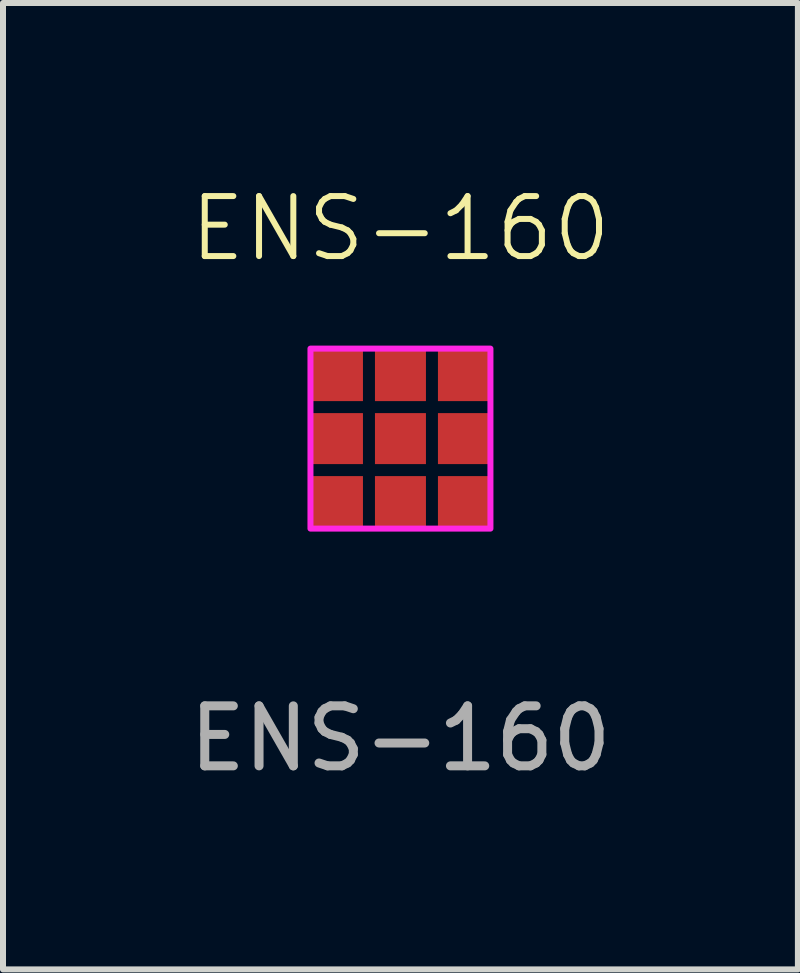
<source format=kicad_pcb>
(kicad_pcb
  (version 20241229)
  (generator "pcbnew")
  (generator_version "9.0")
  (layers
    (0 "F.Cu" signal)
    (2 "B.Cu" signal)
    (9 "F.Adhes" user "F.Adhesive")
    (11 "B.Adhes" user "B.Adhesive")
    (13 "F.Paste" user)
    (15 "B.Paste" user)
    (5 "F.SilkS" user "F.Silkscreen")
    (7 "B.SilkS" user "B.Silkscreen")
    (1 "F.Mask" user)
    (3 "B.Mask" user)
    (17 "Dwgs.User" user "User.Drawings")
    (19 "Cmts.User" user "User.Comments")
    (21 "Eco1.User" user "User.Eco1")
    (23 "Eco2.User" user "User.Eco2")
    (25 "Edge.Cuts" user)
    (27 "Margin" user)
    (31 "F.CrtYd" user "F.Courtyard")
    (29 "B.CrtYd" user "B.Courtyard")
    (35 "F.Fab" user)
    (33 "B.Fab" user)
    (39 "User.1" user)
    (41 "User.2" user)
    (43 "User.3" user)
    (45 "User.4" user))
  (footprint "ENS-160"
    (layer "F.Cu")
    (at 3.625 4.261)
    (property "Reference" "ENS-160" (at 0 -3.5 0) (unlocked yes) (layer "F.SilkS") (effects (font (size 1 1) (thickness 0.1))))
    (attr smd)
    (fp_rect (start 1 0) (end 1 0) (stroke (width 0.1) (type solid)) (fill no) (layer "F.Mask"))
    (fp_rect (start -1.5 -1.5) (end 1.5 1.5) (stroke (width 0.1) (type solid)) (fill no) (layer "F.CrtYd"))
    (fp_text user "${REFERENCE}" (at 0 5 0) (unlocked yes) (layer "F.Fab") (effects (font (size 1 1) (thickness 0.15))))
    (pad "1" smd rect (at -1.05 -1.05) (size 0.85 0.85) (layers "F.Cu" "F.Mask" "F.Paste"))
    (pad "2" smd rect (at -1.05 0) (size 0.85 0.85) (layers "F.Cu" "F.Mask" "F.Paste"))
    (pad "3" smd rect (at -1.05 1.05) (size 0.85 0.85) (layers "F.Cu" "F.Mask" "F.Paste"))
    (pad "4" smd rect (at 0 1.05) (size 0.85 0.85) (layers "F.Cu" "F.Mask" "F.Paste"))
    (pad "5" smd rect (at 1.05 1.05) (size 0.85 0.85) (layers "F.Cu" "F.Mask" "F.Paste"))
    (pad "6" smd rect (at 1.05 0) (size 0.85 0.85) (layers "F.Cu" "F.Mask" "F.Paste"))
    (pad "7" smd rect (at 1.05 -1.05 90) (size 0.85 0.85) (layers "F.Cu" "F.Mask" "F.Paste"))
    (pad "8" smd rect (at 0 -1.05) (size 0.85 0.85) (layers "F.Cu" "F.Mask" "F.Paste"))
    (pad "9" smd rect (at 0 0) (size 0.85 0.85) (layers "F.Cu" "F.Mask" "F.Paste")))
  (gr_rect
    (start -3 -3)
    (end 10.25 13.109)
    (stroke (width 0.1) (type default))
    (fill no)
    (layer "Edge.Cuts")))
</source>
